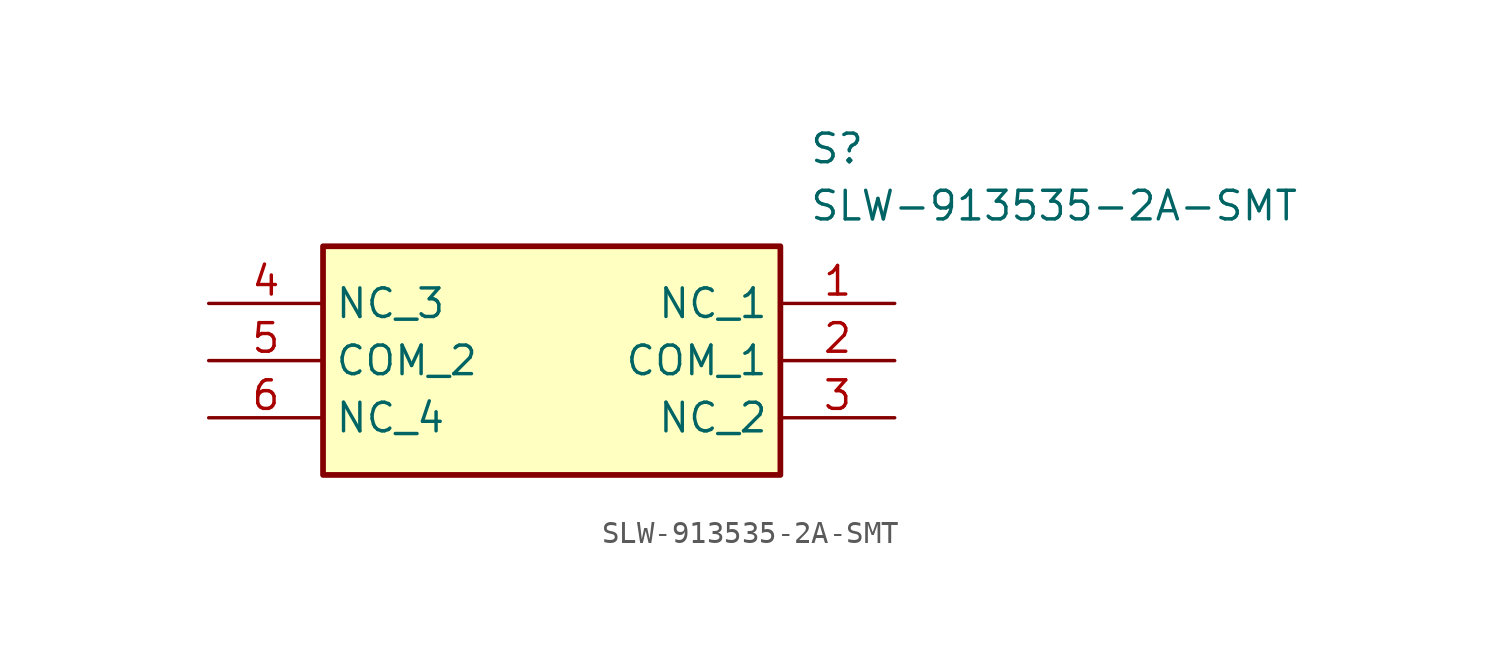
<source format=kicad_sym>
(kicad_symbol_lib
  (version 20211014)
  (generator SamacSys_ECAD_Model)
  (symbol "SLW-913535-2A-SMT"
    (property "Reference" "S"
      (at 26.67 7.62 0)
      (effects (font (size 1.27 1.27)) (justify left top)))
    (property "Value" "SLW-913535-2A-SMT"
      (at 26.67 5.08 0)
      (effects (font (size 1.27 1.27)) (justify left top)))
    (rectangle
      (start 5.08 2.54)
      (end 25.4 -7.62)
      (stroke (width 0.254) (type default))
      (fill (type background)))
    (pin passive line
      (at 30.48 0 180)
      (length 5.08)
      (name "NC_1" (effects (font (size 1.27 1.27))))
      (number "1" (effects (font (size 1.27 1.27)))))
    (pin passive line
      (at 30.48 -2.54 180)
      (length 5.08)
      (name "COM_1" (effects (font (size 1.27 1.27))))
      (number "2" (effects (font (size 1.27 1.27)))))
    (pin passive line
      (at 30.48 -5.08 180)
      (length 5.08)
      (name "NC_2" (effects (font (size 1.27 1.27))))
      (number "3" (effects (font (size 1.27 1.27)))))
    (pin passive line
      (at 0 0 0)
      (length 5.08)
      (name "NC_3" (effects (font (size 1.27 1.27))))
      (number "4" (effects (font (size 1.27 1.27)))))
    (pin passive line
      (at 0 -2.54 0)
      (length 5.08)
      (name "COM_2" (effects (font (size 1.27 1.27))))
      (number "5" (effects (font (size 1.27 1.27)))))
    (pin passive line
      (at 0 -5.08 0)
      (length 5.08)
      (name "NC_4" (effects (font (size 1.27 1.27))))
      (number "6" (effects (font (size 1.27 1.27)))))))
</source>
